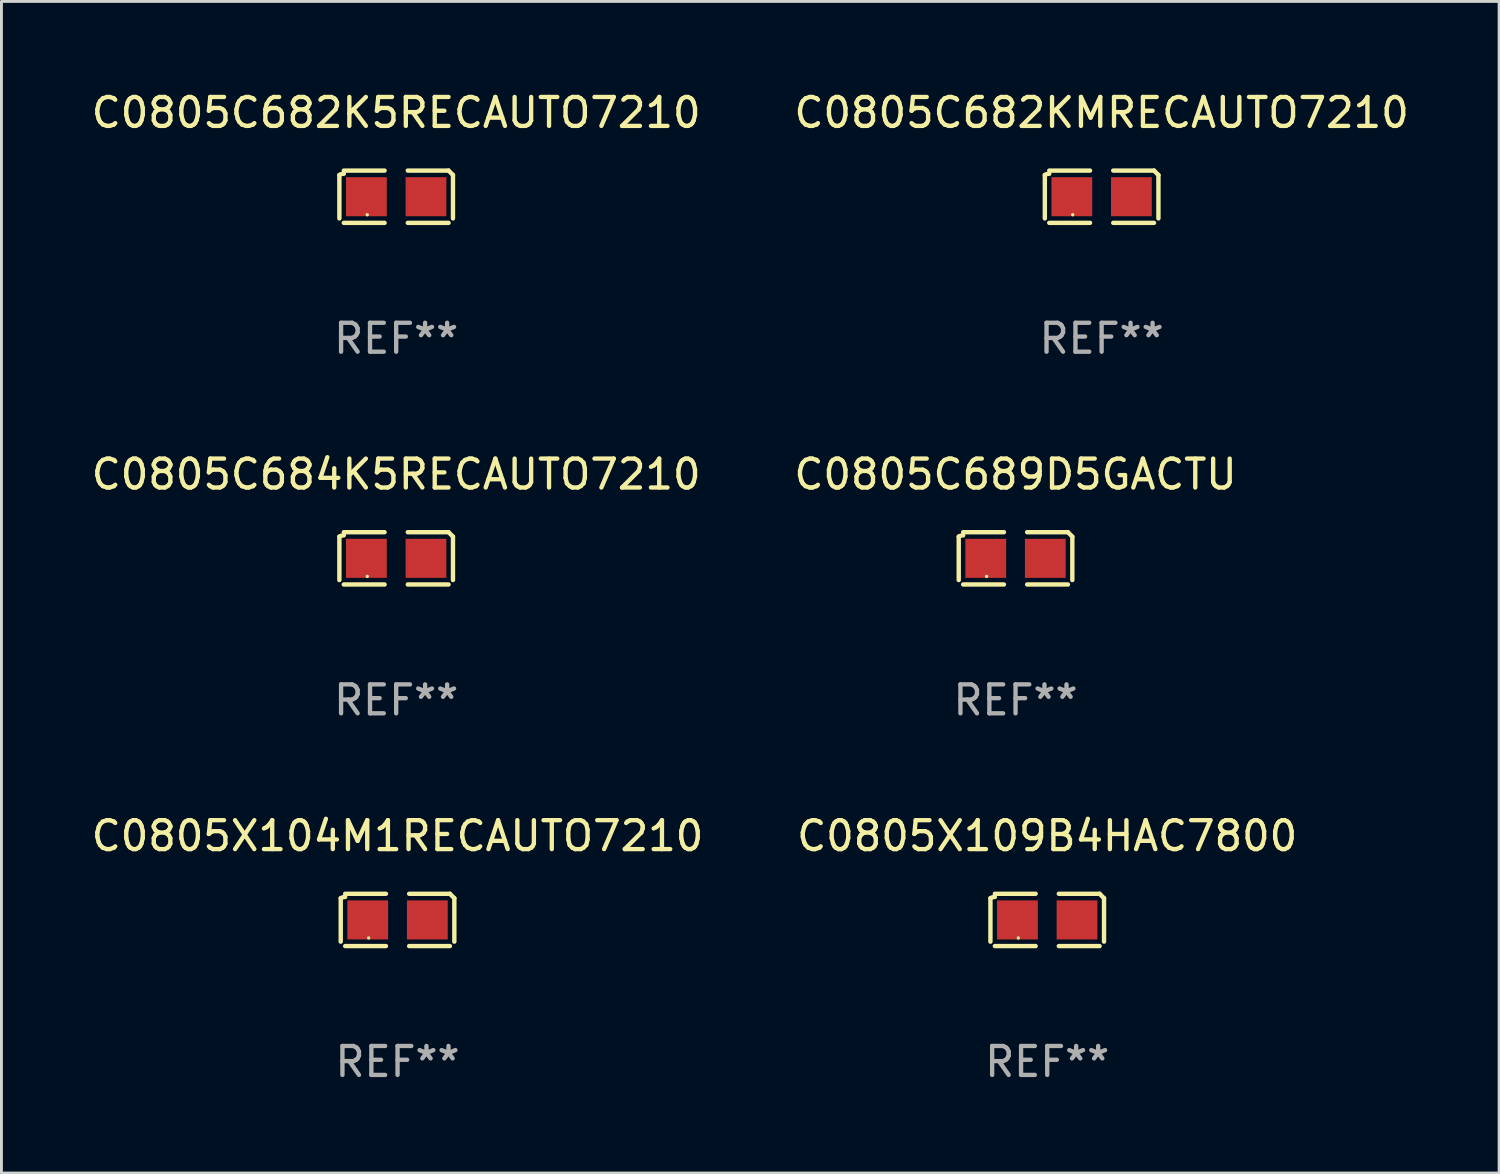
<source format=kicad_pcb>
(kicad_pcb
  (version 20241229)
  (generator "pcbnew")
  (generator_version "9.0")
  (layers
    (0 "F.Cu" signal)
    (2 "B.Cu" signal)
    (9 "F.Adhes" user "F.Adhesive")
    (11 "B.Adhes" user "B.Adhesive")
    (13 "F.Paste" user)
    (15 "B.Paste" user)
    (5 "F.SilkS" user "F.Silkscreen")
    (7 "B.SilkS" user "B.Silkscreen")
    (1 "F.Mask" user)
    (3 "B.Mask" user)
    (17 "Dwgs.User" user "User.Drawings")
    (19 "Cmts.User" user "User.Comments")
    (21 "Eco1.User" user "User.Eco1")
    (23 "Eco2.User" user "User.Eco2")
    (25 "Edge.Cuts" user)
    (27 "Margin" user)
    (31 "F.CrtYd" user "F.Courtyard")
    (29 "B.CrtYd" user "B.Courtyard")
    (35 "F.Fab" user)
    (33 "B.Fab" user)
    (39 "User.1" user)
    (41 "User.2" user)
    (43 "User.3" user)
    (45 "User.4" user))
  (footprint "C0805C682K5RECAUTO7210"
    (layer "F.Cu")
    (at 10.649 3.752)
    (property "Reference" "C0805C682K5RECAUTO7210" (at 0 -2.904 0) (layer "F.SilkS") (effects (font (size 1 1) (thickness 0.15))))
    (attr through_hole)
    (fp_line (start -1.964 0.751) (end -1.964 -0.751) (stroke (width 0.152) (type solid)) (layer "F.SilkS"))
    (fp_line (start -1.811 -0.904) (end -0.401 -0.904) (stroke (width 0.152) (type solid)) (layer "F.SilkS"))
    (fp_line (start -0.401 0.904) (end -1.811 0.904) (stroke (width 0.152) (type solid)) (layer "F.SilkS"))
    (fp_line (start 0.401 0.904) (end 1.811 0.904) (stroke (width 0.152) (type solid)) (layer "F.SilkS"))
    (fp_line (start 1.811 -0.904) (end 0.401 -0.904) (stroke (width 0.152) (type solid)) (layer "F.SilkS"))
    (fp_line (start 1.964 0.751) (end 1.964 -0.751) (stroke (width 0.152) (type solid)) (layer "F.SilkS"))
    (fp_arc (start -1.963602 -0.751207) (mid -1.890354 -0.783131) (end -1.811201 -0.794044) (stroke (width 0.1524) (type solid)) (layer "F.SilkS"))
    (fp_arc (start 1.811202 -0.903607) (mid 1.887413 -0.827418) (end 1.963602 -0.751207) (stroke (width 0.1524) (type solid)) (layer "F.SilkS"))
    (fp_circle (center -1 0.625) (end -0.97 0.625) (stroke (width 0.06) (type solid)) (fill no) (layer "F.SilkS"))
    (fp_text user "REF**" (at 0 4.904 0) (layer "F.Fab") (effects (font (size 1 1) (thickness 0.15))))
    (pad "1" smd rect (at -1.03 0) (size 1.41 1.35) (layers "F.Cu" "F.Mask" "F.Paste"))
    (pad "2" smd rect (at 1.03 0) (size 1.41 1.35) (layers "F.Cu" "F.Mask" "F.Paste")))
  (footprint "C0805X109B4HAC7800"
    (layer "F.Cu")
    (at 33.161 28.759)
    (property "Reference" "C0805X109B4HAC7800" (at 0 -2.904 0) (layer "F.SilkS") (effects (font (size 1 1) (thickness 0.15))))
    (attr through_hole)
    (fp_line (start -1.964 0.751) (end -1.964 -0.751) (stroke (width 0.152) (type solid)) (layer "F.SilkS"))
    (fp_line (start -1.811 -0.904) (end -0.401 -0.904) (stroke (width 0.152) (type solid)) (layer "F.SilkS"))
    (fp_line (start -0.401 0.904) (end -1.811 0.904) (stroke (width 0.152) (type solid)) (layer "F.SilkS"))
    (fp_line (start 0.401 0.904) (end 1.811 0.904) (stroke (width 0.152) (type solid)) (layer "F.SilkS"))
    (fp_line (start 1.811 -0.904) (end 0.401 -0.904) (stroke (width 0.152) (type solid)) (layer "F.SilkS"))
    (fp_line (start 1.964 0.751) (end 1.964 -0.751) (stroke (width 0.152) (type solid)) (layer "F.SilkS"))
    (fp_arc (start -1.963602 -0.751207) (mid -1.890354 -0.783131) (end -1.811201 -0.794044) (stroke (width 0.1524) (type solid)) (layer "F.SilkS"))
    (fp_arc (start 1.811202 -0.903607) (mid 1.887413 -0.827418) (end 1.963602 -0.751207) (stroke (width 0.1524) (type solid)) (layer "F.SilkS"))
    (fp_circle (center -1 0.625) (end -0.97 0.625) (stroke (width 0.06) (type solid)) (fill no) (layer "F.SilkS"))
    (fp_text user "REF**" (at 0 4.904 0) (layer "F.Fab") (effects (font (size 1 1) (thickness 0.15))))
    (pad "1" smd rect (at -1.03 0) (size 1.41 1.35) (layers "F.Cu" "F.Mask" "F.Paste"))
    (pad "2" smd rect (at 1.03 0) (size 1.41 1.35) (layers "F.Cu" "F.Mask" "F.Paste")))
  (footprint "C0805X104M1RECAUTO7210"
    (layer "F.Cu")
    (at 10.696 28.759)
    (property "Reference" "C0805X104M1RECAUTO7210" (at 0 -2.904 0) (layer "F.SilkS") (effects (font (size 1 1) (thickness 0.15))))
    (attr through_hole)
    (fp_line (start -1.964 0.751) (end -1.964 -0.751) (stroke (width 0.152) (type solid)) (layer "F.SilkS"))
    (fp_line (start -1.811 -0.904) (end -0.401 -0.904) (stroke (width 0.152) (type solid)) (layer "F.SilkS"))
    (fp_line (start -0.401 0.904) (end -1.811 0.904) (stroke (width 0.152) (type solid)) (layer "F.SilkS"))
    (fp_line (start 0.401 0.904) (end 1.811 0.904) (stroke (width 0.152) (type solid)) (layer "F.SilkS"))
    (fp_line (start 1.811 -0.904) (end 0.401 -0.904) (stroke (width 0.152) (type solid)) (layer "F.SilkS"))
    (fp_line (start 1.964 0.751) (end 1.964 -0.751) (stroke (width 0.152) (type solid)) (layer "F.SilkS"))
    (fp_arc (start -1.963602 -0.751207) (mid -1.890354 -0.783131) (end -1.811201 -0.794044) (stroke (width 0.1524) (type solid)) (layer "F.SilkS"))
    (fp_arc (start 1.811202 -0.903607) (mid 1.887413 -0.827418) (end 1.963602 -0.751207) (stroke (width 0.1524) (type solid)) (layer "F.SilkS"))
    (fp_circle (center -1 0.625) (end -0.97 0.625) (stroke (width 0.06) (type solid)) (fill no) (layer "F.SilkS"))
    (fp_text user "REF**" (at 0 4.904 0) (layer "F.Fab") (effects (font (size 1 1) (thickness 0.15))))
    (pad "1" smd rect (at -1.03 0) (size 1.41 1.35) (layers "F.Cu" "F.Mask" "F.Paste"))
    (pad "2" smd rect (at 1.03 0) (size 1.41 1.35) (layers "F.Cu" "F.Mask" "F.Paste")))
  (footprint "C0805C689D5GACTU"
    (layer "F.Cu")
    (at 32.065 16.256)
    (property "Reference" "C0805C689D5GACTU" (at 0 -2.904 0) (layer "F.SilkS") (effects (font (size 1 1) (thickness 0.15))))
    (attr through_hole)
    (fp_line (start -1.964 0.751) (end -1.964 -0.751) (stroke (width 0.152) (type solid)) (layer "F.SilkS"))
    (fp_line (start -1.811 -0.904) (end -0.401 -0.904) (stroke (width 0.152) (type solid)) (layer "F.SilkS"))
    (fp_line (start -0.401 0.904) (end -1.811 0.904) (stroke (width 0.152) (type solid)) (layer "F.SilkS"))
    (fp_line (start 0.401 0.904) (end 1.811 0.904) (stroke (width 0.152) (type solid)) (layer "F.SilkS"))
    (fp_line (start 1.811 -0.904) (end 0.401 -0.904) (stroke (width 0.152) (type solid)) (layer "F.SilkS"))
    (fp_line (start 1.964 0.751) (end 1.964 -0.751) (stroke (width 0.152) (type solid)) (layer "F.SilkS"))
    (fp_arc (start -1.963602 -0.751207) (mid -1.890354 -0.783131) (end -1.811201 -0.794044) (stroke (width 0.1524) (type solid)) (layer "F.SilkS"))
    (fp_arc (start 1.811202 -0.903607) (mid 1.887413 -0.827418) (end 1.963602 -0.751207) (stroke (width 0.1524) (type solid)) (layer "F.SilkS"))
    (fp_circle (center -1 0.625) (end -0.97 0.625) (stroke (width 0.06) (type solid)) (fill no) (layer "F.SilkS"))
    (fp_text user "REF**" (at 0 4.904 0) (layer "F.Fab") (effects (font (size 1 1) (thickness 0.15))))
    (pad "1" smd rect (at -1.03 0) (size 1.41 1.35) (layers "F.Cu" "F.Mask" "F.Paste"))
    (pad "2" smd rect (at 1.03 0) (size 1.41 1.35) (layers "F.Cu" "F.Mask" "F.Paste")))
  (footprint "C0805C684K5RECAUTO7210"
    (layer "F.Cu")
    (at 10.649 16.256)
    (property "Reference" "C0805C684K5RECAUTO7210" (at 0 -2.904 0) (layer "F.SilkS") (effects (font (size 1 1) (thickness 0.15))))
    (attr through_hole)
    (fp_line (start -1.964 0.751) (end -1.964 -0.751) (stroke (width 0.152) (type solid)) (layer "F.SilkS"))
    (fp_line (start -1.811 -0.904) (end -0.401 -0.904) (stroke (width 0.152) (type solid)) (layer "F.SilkS"))
    (fp_line (start -0.401 0.904) (end -1.811 0.904) (stroke (width 0.152) (type solid)) (layer "F.SilkS"))
    (fp_line (start 0.401 0.904) (end 1.811 0.904) (stroke (width 0.152) (type solid)) (layer "F.SilkS"))
    (fp_line (start 1.811 -0.904) (end 0.401 -0.904) (stroke (width 0.152) (type solid)) (layer "F.SilkS"))
    (fp_line (start 1.964 0.751) (end 1.964 -0.751) (stroke (width 0.152) (type solid)) (layer "F.SilkS"))
    (fp_arc (start -1.963602 -0.751207) (mid -1.890354 -0.783131) (end -1.811201 -0.794044) (stroke (width 0.1524) (type solid)) (layer "F.SilkS"))
    (fp_arc (start 1.811202 -0.903607) (mid 1.887413 -0.827418) (end 1.963602 -0.751207) (stroke (width 0.1524) (type solid)) (layer "F.SilkS"))
    (fp_circle (center -1 0.625) (end -0.97 0.625) (stroke (width 0.06) (type solid)) (fill no) (layer "F.SilkS"))
    (fp_text user "REF**" (at 0 4.904 0) (layer "F.Fab") (effects (font (size 1 1) (thickness 0.15))))
    (pad "1" smd rect (at -1.03 0) (size 1.41 1.35) (layers "F.Cu" "F.Mask" "F.Paste"))
    (pad "2" smd rect (at 1.03 0) (size 1.41 1.35) (layers "F.Cu" "F.Mask" "F.Paste")))
  (footprint "C0805C682KMRECAUTO7210"
    (layer "F.Cu")
    (at 35.042 3.752)
    (property "Reference" "C0805C682KMRECAUTO7210" (at 0 -2.904 0) (layer "F.SilkS") (effects (font (size 1 1) (thickness 0.15))))
    (attr through_hole)
    (fp_line (start -1.964 0.751) (end -1.964 -0.751) (stroke (width 0.152) (type solid)) (layer "F.SilkS"))
    (fp_line (start -1.811 -0.904) (end -0.401 -0.904) (stroke (width 0.152) (type solid)) (layer "F.SilkS"))
    (fp_line (start -0.401 0.904) (end -1.811 0.904) (stroke (width 0.152) (type solid)) (layer "F.SilkS"))
    (fp_line (start 0.401 0.904) (end 1.811 0.904) (stroke (width 0.152) (type solid)) (layer "F.SilkS"))
    (fp_line (start 1.811 -0.904) (end 0.401 -0.904) (stroke (width 0.152) (type solid)) (layer "F.SilkS"))
    (fp_line (start 1.964 0.751) (end 1.964 -0.751) (stroke (width 0.152) (type solid)) (layer "F.SilkS"))
    (fp_arc (start -1.963602 -0.751207) (mid -1.890354 -0.783131) (end -1.811201 -0.794044) (stroke (width 0.1524) (type solid)) (layer "F.SilkS"))
    (fp_arc (start 1.811202 -0.903607) (mid 1.887413 -0.827418) (end 1.963602 -0.751207) (stroke (width 0.1524) (type solid)) (layer "F.SilkS"))
    (fp_circle (center -1 0.625) (end -0.97 0.625) (stroke (width 0.06) (type solid)) (fill no) (layer "F.SilkS"))
    (fp_text user "REF**" (at 0 4.904 0) (layer "F.Fab") (effects (font (size 1 1) (thickness 0.15))))
    (pad "1" smd rect (at -1.03 0) (size 1.41 1.35) (layers "F.Cu" "F.Mask" "F.Paste"))
    (pad "2" smd rect (at 1.03 0) (size 1.41 1.35) (layers "F.Cu" "F.Mask" "F.Paste")))
  (gr_rect
    (start -3 -3)
    (end 48.786 37.511)
    (stroke (width 0.1) (type default))
    (fill no)
    (layer "Edge.Cuts")))
</source>
